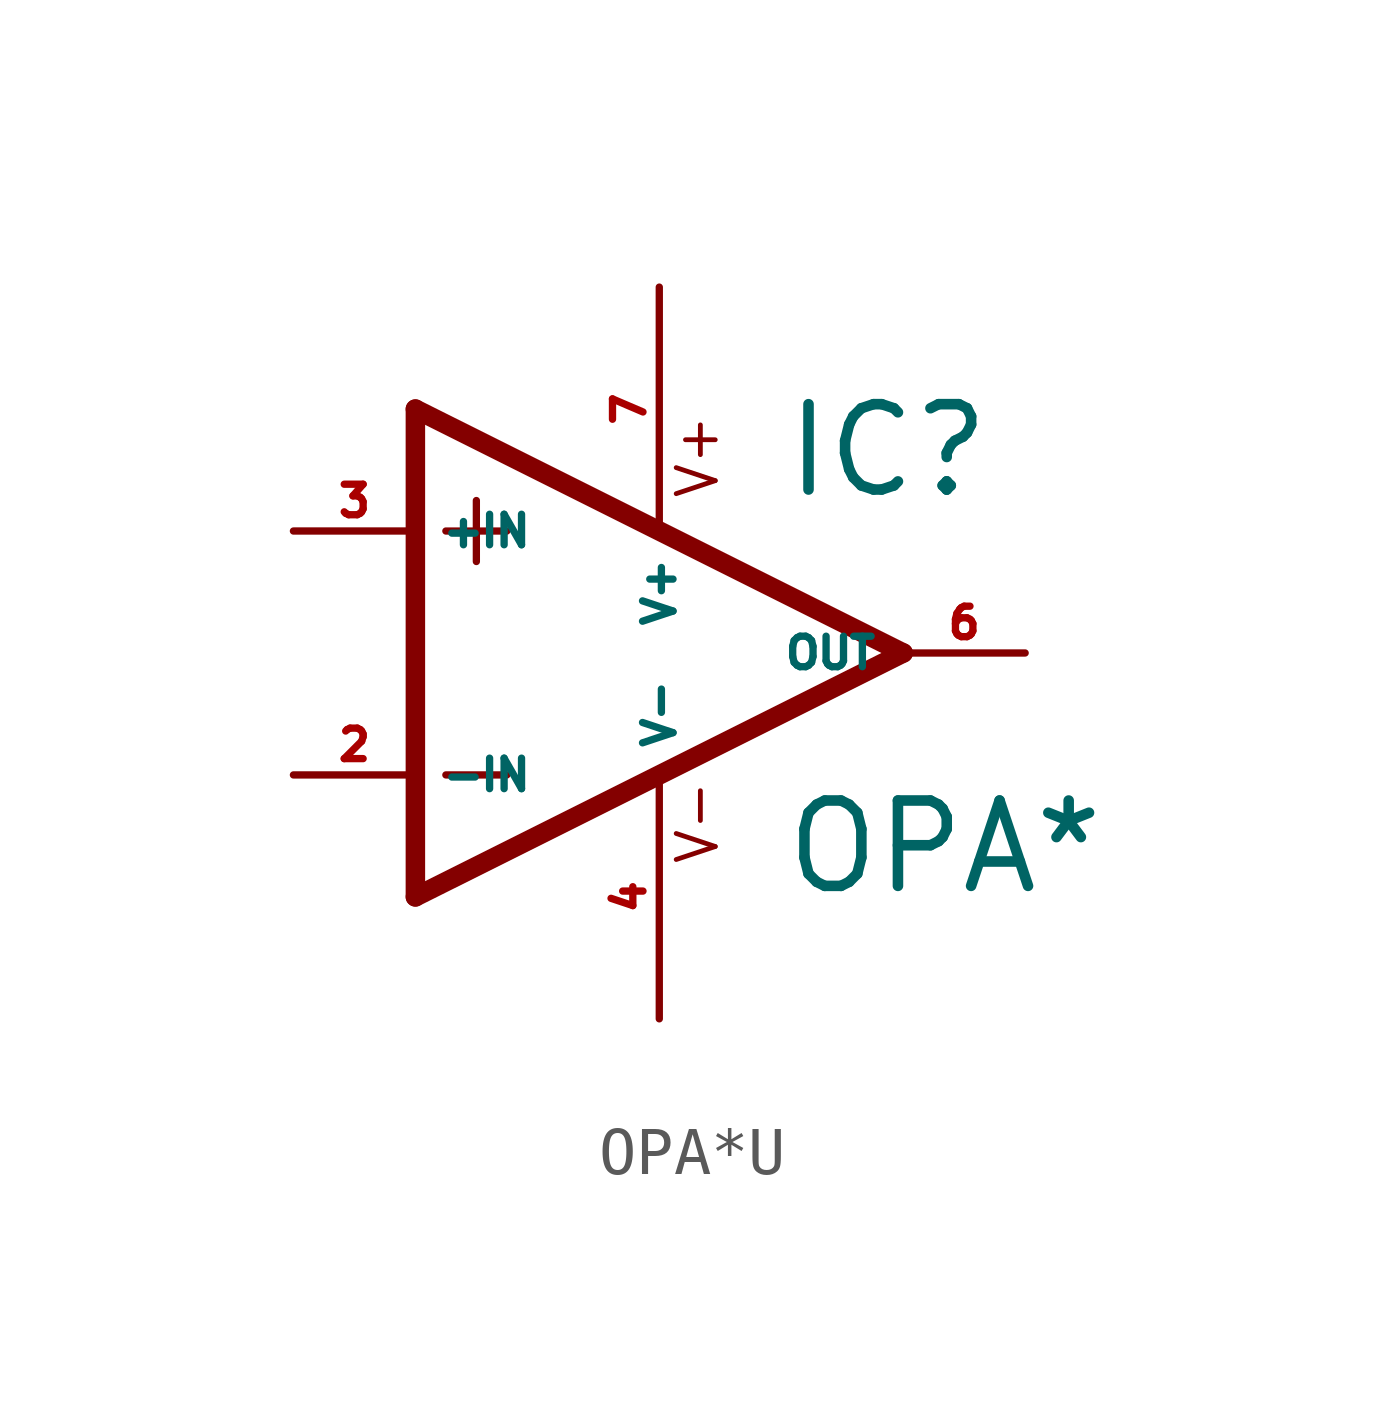
<source format=kicad_sym>
(kicad_symbol_lib
  (version 20220914)
  (generator Eagle2Kicad)
  (symbol "OPA*U"
    (property "Reference" "IC"
      (at 2.54 3.175 0)
      (effects (font (size 1.778 1.778) (thickness 0.22)) (justify left bottom)))
    (property "Value" "OPA*"
      (at 2.54 -5.08 0)
      (effects (font (size 1.778 1.778) (thickness 0.22)) (justify left bottom)))
    (polyline
      (pts (xy -5.08 5.08) (xy -5.08 -5.08))
      (stroke (width 0.406) (type default))
      (fill (type none)))
    (polyline
      (pts (xy -5.08 -5.08) (xy 5.08 0))
      (stroke (width 0.406) (type default))
      (fill (type none)))
    (polyline
      (pts (xy 5.08 0) (xy -5.08 5.08))
      (stroke (width 0.406) (type default))
      (fill (type none)))
    (polyline
      (pts (xy -3.81 3.175) (xy -3.81 1.905))
      (stroke (width 0.152) (type default))
      (fill (type none)))
    (polyline
      (pts (xy -4.445 2.54) (xy -3.175 2.54))
      (stroke (width 0.152) (type default))
      (fill (type none)))
    (polyline
      (pts (xy -4.445 -2.54) (xy -3.175 -2.54))
      (stroke (width 0.152) (type default))
      (fill (type none)))
    (text "V+"
      (at 1.27 3.175 900)
      (effects (font (size 0.813 0.813) (thickness 0.10)) (justify left bottom)))
    (text "V-"
      (at 1.27 -4.445 900)
      (effects (font (size 0.813 0.813) (thickness 0.10)) (justify left bottom)))
    (pin input line
      (at -7.62 -2.54 0)
      (length 2.54)
      (name "-IN" (effects (font (size 0.635 0.635) (thickness 0.08)) (justify left bottom)))
      (number "2" (effects (font (size 0.635 0.635) (thickness 0.08)) (justify left bottom))))
    (pin input line
      (at -7.62 2.54 0)
      (length 2.54)
      (name "+IN" (effects (font (size 0.635 0.635) (thickness 0.08)) (justify left bottom)))
      (number "3" (effects (font (size 0.635 0.635) (thickness 0.08)) (justify left bottom))))
    (pin output line
      (at 7.62 0 180)
      (length 2.54)
      (name "OUT" (effects (font (size 0.635 0.635) (thickness 0.08)) (justify left bottom)))
      (number "6" (effects (font (size 0.635 0.635) (thickness 0.08)) (justify left bottom))))
    (pin unspecified line
      (at 0 7.62 270)
      (length 5.08)
      (name "V+" (effects (font (size 0.635 0.635) (thickness 0.08)) (justify left bottom)))
      (number "7" (effects (font (size 0.635 0.635) (thickness 0.08)) (justify left bottom))))
    (pin unspecified line
      (at 0 -7.62 90)
      (length 5.08)
      (name "V-" (effects (font (size 0.635 0.635) (thickness 0.08)) (justify left bottom)))
      (number "4" (effects (font (size 0.635 0.635) (thickness 0.08)) (justify left bottom))))))
</source>
